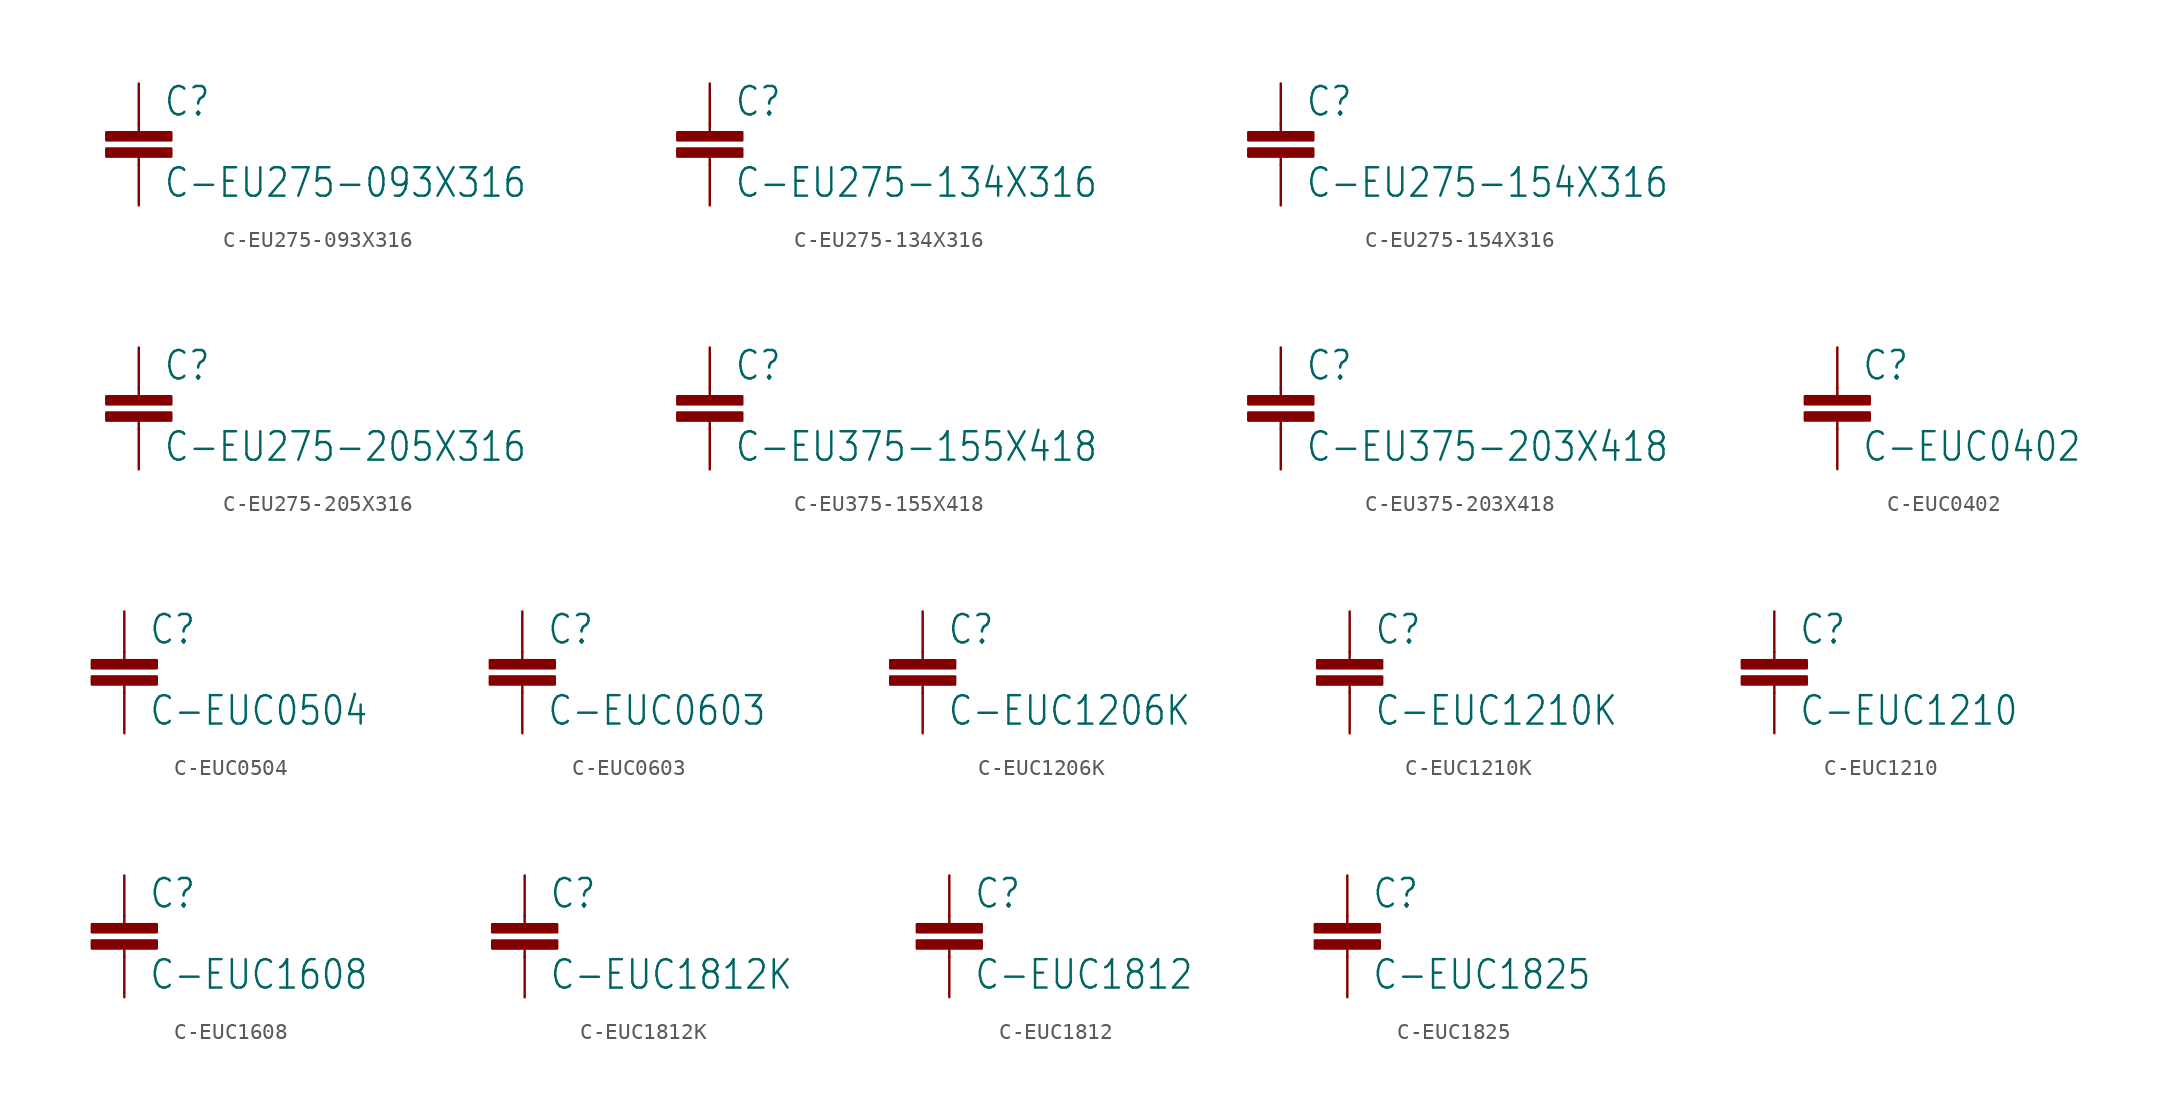
<source format=kicad_sym>
(kicad_symbol_lib
  (version 20211014)
  (generator kicad_symbol_editor)
  (symbol "C-EU275-093X316"
    (property "Reference" "C"
      (at 1.524 0.381 0)
      (effects (font (size 1.778 1.511)) (justify left bottom)))
    (property "Value" "C-EU275-093X316"
      (at 1.524 -4.699 0)
      (effects (font (size 1.778 1.511)) (justify left bottom)))
    (property "ki_locked" ""
      (at 0 0 0)
      (effects (font (size 1.27 1.27))))
    (symbol "C-EU275-093X316_1_0"
      (rectangle (start -2.032 -2.032) (end 2.032 -1.524) (stroke (width 0) (type default) (color 0 0 0 0)) (fill (type outline)))
      (rectangle (start -2.032 -1.016) (end 2.032 -0.508) (stroke (width 0) (type default) (color 0 0 0 0)) (fill (type outline)))
      (polyline (pts (xy 0 -2.54) (xy 0 -2.032)) (stroke (width 0.152) (type default) (color 0 0 0 0)) (fill (type none)))
      (polyline (pts (xy 0 0) (xy 0 -0.508)) (stroke (width 0.152) (type default) (color 0 0 0 0)) (fill (type none)))
      (pin passive line (at 0 2.54 270) (length 2.54) (name "1" (effects (font (size 0 0)))) (number "1" (effects (font (size 0 0)))))
      (pin passive line (at 0 -5.08 90) (length 2.54) (name "2" (effects (font (size 0 0)))) (number "2" (effects (font (size 0 0)))))))
  (symbol "C-EU275-134X316"
    (property "Reference" "C"
      (at 1.524 0.381 0)
      (effects (font (size 1.778 1.511)) (justify left bottom)))
    (property "Value" "C-EU275-134X316"
      (at 1.524 -4.699 0)
      (effects (font (size 1.778 1.511)) (justify left bottom)))
    (property "ki_locked" ""
      (at 0 0 0)
      (effects (font (size 1.27 1.27))))
    (symbol "C-EU275-134X316_1_0"
      (rectangle (start -2.032 -2.032) (end 2.032 -1.524) (stroke (width 0) (type default) (color 0 0 0 0)) (fill (type outline)))
      (rectangle (start -2.032 -1.016) (end 2.032 -0.508) (stroke (width 0) (type default) (color 0 0 0 0)) (fill (type outline)))
      (polyline (pts (xy 0 -2.54) (xy 0 -2.032)) (stroke (width 0.152) (type default) (color 0 0 0 0)) (fill (type none)))
      (polyline (pts (xy 0 0) (xy 0 -0.508)) (stroke (width 0.152) (type default) (color 0 0 0 0)) (fill (type none)))
      (pin passive line (at 0 2.54 270) (length 2.54) (name "1" (effects (font (size 0 0)))) (number "1" (effects (font (size 0 0)))))
      (pin passive line (at 0 -5.08 90) (length 2.54) (name "2" (effects (font (size 0 0)))) (number "2" (effects (font (size 0 0)))))))
  (symbol "C-EU275-154X316"
    (property "Reference" "C"
      (at 1.524 0.381 0)
      (effects (font (size 1.778 1.511)) (justify left bottom)))
    (property "Value" "C-EU275-154X316"
      (at 1.524 -4.699 0)
      (effects (font (size 1.778 1.511)) (justify left bottom)))
    (property "ki_locked" ""
      (at 0 0 0)
      (effects (font (size 1.27 1.27))))
    (symbol "C-EU275-154X316_1_0"
      (rectangle (start -2.032 -2.032) (end 2.032 -1.524) (stroke (width 0) (type default) (color 0 0 0 0)) (fill (type outline)))
      (rectangle (start -2.032 -1.016) (end 2.032 -0.508) (stroke (width 0) (type default) (color 0 0 0 0)) (fill (type outline)))
      (polyline (pts (xy 0 -2.54) (xy 0 -2.032)) (stroke (width 0.152) (type default) (color 0 0 0 0)) (fill (type none)))
      (polyline (pts (xy 0 0) (xy 0 -0.508)) (stroke (width 0.152) (type default) (color 0 0 0 0)) (fill (type none)))
      (pin passive line (at 0 2.54 270) (length 2.54) (name "1" (effects (font (size 0 0)))) (number "1" (effects (font (size 0 0)))))
      (pin passive line (at 0 -5.08 90) (length 2.54) (name "2" (effects (font (size 0 0)))) (number "2" (effects (font (size 0 0)))))))
  (symbol "C-EU275-205X316"
    (property "Reference" "C"
      (at 1.524 0.381 0)
      (effects (font (size 1.778 1.511)) (justify left bottom)))
    (property "Value" "C-EU275-205X316"
      (at 1.524 -4.699 0)
      (effects (font (size 1.778 1.511)) (justify left bottom)))
    (property "ki_locked" ""
      (at 0 0 0)
      (effects (font (size 1.27 1.27))))
    (symbol "C-EU275-205X316_1_0"
      (rectangle (start -2.032 -2.032) (end 2.032 -1.524) (stroke (width 0) (type default) (color 0 0 0 0)) (fill (type outline)))
      (rectangle (start -2.032 -1.016) (end 2.032 -0.508) (stroke (width 0) (type default) (color 0 0 0 0)) (fill (type outline)))
      (polyline (pts (xy 0 -2.54) (xy 0 -2.032)) (stroke (width 0.152) (type default) (color 0 0 0 0)) (fill (type none)))
      (polyline (pts (xy 0 0) (xy 0 -0.508)) (stroke (width 0.152) (type default) (color 0 0 0 0)) (fill (type none)))
      (pin passive line (at 0 2.54 270) (length 2.54) (name "1" (effects (font (size 0 0)))) (number "1" (effects (font (size 0 0)))))
      (pin passive line (at 0 -5.08 90) (length 2.54) (name "2" (effects (font (size 0 0)))) (number "2" (effects (font (size 0 0)))))))
  (symbol "C-EU375-155X418"
    (property "Reference" "C"
      (at 1.524 0.381 0)
      (effects (font (size 1.778 1.511)) (justify left bottom)))
    (property "Value" "C-EU375-155X418"
      (at 1.524 -4.699 0)
      (effects (font (size 1.778 1.511)) (justify left bottom)))
    (property "ki_locked" ""
      (at 0 0 0)
      (effects (font (size 1.27 1.27))))
    (symbol "C-EU375-155X418_1_0"
      (rectangle (start -2.032 -2.032) (end 2.032 -1.524) (stroke (width 0) (type default) (color 0 0 0 0)) (fill (type outline)))
      (rectangle (start -2.032 -1.016) (end 2.032 -0.508) (stroke (width 0) (type default) (color 0 0 0 0)) (fill (type outline)))
      (polyline (pts (xy 0 -2.54) (xy 0 -2.032)) (stroke (width 0.152) (type default) (color 0 0 0 0)) (fill (type none)))
      (polyline (pts (xy 0 0) (xy 0 -0.508)) (stroke (width 0.152) (type default) (color 0 0 0 0)) (fill (type none)))
      (pin passive line (at 0 2.54 270) (length 2.54) (name "1" (effects (font (size 0 0)))) (number "1" (effects (font (size 0 0)))))
      (pin passive line (at 0 -5.08 90) (length 2.54) (name "2" (effects (font (size 0 0)))) (number "2" (effects (font (size 0 0)))))))
  (symbol "C-EU375-203X418"
    (property "Reference" "C"
      (at 1.524 0.381 0)
      (effects (font (size 1.778 1.511)) (justify left bottom)))
    (property "Value" "C-EU375-203X418"
      (at 1.524 -4.699 0)
      (effects (font (size 1.778 1.511)) (justify left bottom)))
    (property "ki_locked" ""
      (at 0 0 0)
      (effects (font (size 1.27 1.27))))
    (symbol "C-EU375-203X418_1_0"
      (rectangle (start -2.032 -2.032) (end 2.032 -1.524) (stroke (width 0) (type default) (color 0 0 0 0)) (fill (type outline)))
      (rectangle (start -2.032 -1.016) (end 2.032 -0.508) (stroke (width 0) (type default) (color 0 0 0 0)) (fill (type outline)))
      (polyline (pts (xy 0 -2.54) (xy 0 -2.032)) (stroke (width 0.152) (type default) (color 0 0 0 0)) (fill (type none)))
      (polyline (pts (xy 0 0) (xy 0 -0.508)) (stroke (width 0.152) (type default) (color 0 0 0 0)) (fill (type none)))
      (pin passive line (at 0 2.54 270) (length 2.54) (name "1" (effects (font (size 0 0)))) (number "1" (effects (font (size 0 0)))))
      (pin passive line (at 0 -5.08 90) (length 2.54) (name "2" (effects (font (size 0 0)))) (number "2" (effects (font (size 0 0)))))))
  (symbol "C-EUC0402"
    (property "Reference" "C"
      (at 1.524 0.381 0)
      (effects (font (size 1.778 1.511)) (justify left bottom)))
    (property "Value" "C-EUC0402"
      (at 1.524 -4.699 0)
      (effects (font (size 1.778 1.511)) (justify left bottom)))
    (property "ki_locked" ""
      (at 0 0 0)
      (effects (font (size 1.27 1.27))))
    (symbol "C-EUC0402_1_0"
      (rectangle (start -2.032 -2.032) (end 2.032 -1.524) (stroke (width 0) (type default) (color 0 0 0 0)) (fill (type outline)))
      (rectangle (start -2.032 -1.016) (end 2.032 -0.508) (stroke (width 0) (type default) (color 0 0 0 0)) (fill (type outline)))
      (polyline (pts (xy 0 -2.54) (xy 0 -2.032)) (stroke (width 0.152) (type default) (color 0 0 0 0)) (fill (type none)))
      (polyline (pts (xy 0 0) (xy 0 -0.508)) (stroke (width 0.152) (type default) (color 0 0 0 0)) (fill (type none)))
      (pin passive line (at 0 2.54 270) (length 2.54) (name "1" (effects (font (size 0 0)))) (number "1" (effects (font (size 0 0)))))
      (pin passive line (at 0 -5.08 90) (length 2.54) (name "2" (effects (font (size 0 0)))) (number "2" (effects (font (size 0 0)))))))
  (symbol "C-EUC0504"
    (property "Reference" "C"
      (at 1.524 0.381 0)
      (effects (font (size 1.778 1.511)) (justify left bottom)))
    (property "Value" "C-EUC0504"
      (at 1.524 -4.699 0)
      (effects (font (size 1.778 1.511)) (justify left bottom)))
    (property "ki_locked" ""
      (at 0 0 0)
      (effects (font (size 1.27 1.27))))
    (symbol "C-EUC0504_1_0"
      (rectangle (start -2.032 -2.032) (end 2.032 -1.524) (stroke (width 0) (type default) (color 0 0 0 0)) (fill (type outline)))
      (rectangle (start -2.032 -1.016) (end 2.032 -0.508) (stroke (width 0) (type default) (color 0 0 0 0)) (fill (type outline)))
      (polyline (pts (xy 0 -2.54) (xy 0 -2.032)) (stroke (width 0.152) (type default) (color 0 0 0 0)) (fill (type none)))
      (polyline (pts (xy 0 0) (xy 0 -0.508)) (stroke (width 0.152) (type default) (color 0 0 0 0)) (fill (type none)))
      (pin passive line (at 0 2.54 270) (length 2.54) (name "1" (effects (font (size 0 0)))) (number "1" (effects (font (size 0 0)))))
      (pin passive line (at 0 -5.08 90) (length 2.54) (name "2" (effects (font (size 0 0)))) (number "2" (effects (font (size 0 0)))))))
  (symbol "C-EUC0603"
    (property "Reference" "C"
      (at 1.524 0.381 0)
      (effects (font (size 1.778 1.511)) (justify left bottom)))
    (property "Value" "C-EUC0603"
      (at 1.524 -4.699 0)
      (effects (font (size 1.778 1.511)) (justify left bottom)))
    (property "ki_locked" ""
      (at 0 0 0)
      (effects (font (size 1.27 1.27))))
    (symbol "C-EUC0603_1_0"
      (rectangle (start -2.032 -2.032) (end 2.032 -1.524) (stroke (width 0) (type default) (color 0 0 0 0)) (fill (type outline)))
      (rectangle (start -2.032 -1.016) (end 2.032 -0.508) (stroke (width 0) (type default) (color 0 0 0 0)) (fill (type outline)))
      (polyline (pts (xy 0 -2.54) (xy 0 -2.032)) (stroke (width 0.152) (type default) (color 0 0 0 0)) (fill (type none)))
      (polyline (pts (xy 0 0) (xy 0 -0.508)) (stroke (width 0.152) (type default) (color 0 0 0 0)) (fill (type none)))
      (pin passive line (at 0 2.54 270) (length 2.54) (name "1" (effects (font (size 0 0)))) (number "1" (effects (font (size 0 0)))))
      (pin passive line (at 0 -5.08 90) (length 2.54) (name "2" (effects (font (size 0 0)))) (number "2" (effects (font (size 0 0)))))))
  (symbol "C-EUC1206K"
    (property "Reference" "C"
      (at 1.524 0.381 0)
      (effects (font (size 1.778 1.511)) (justify left bottom)))
    (property "Value" "C-EUC1206K"
      (at 1.524 -4.699 0)
      (effects (font (size 1.778 1.511)) (justify left bottom)))
    (property "ki_locked" ""
      (at 0 0 0)
      (effects (font (size 1.27 1.27))))
    (symbol "C-EUC1206K_1_0"
      (rectangle (start -2.032 -2.032) (end 2.032 -1.524) (stroke (width 0) (type default) (color 0 0 0 0)) (fill (type outline)))
      (rectangle (start -2.032 -1.016) (end 2.032 -0.508) (stroke (width 0) (type default) (color 0 0 0 0)) (fill (type outline)))
      (polyline (pts (xy 0 -2.54) (xy 0 -2.032)) (stroke (width 0.152) (type default) (color 0 0 0 0)) (fill (type none)))
      (polyline (pts (xy 0 0) (xy 0 -0.508)) (stroke (width 0.152) (type default) (color 0 0 0 0)) (fill (type none)))
      (pin passive line (at 0 2.54 270) (length 2.54) (name "1" (effects (font (size 0 0)))) (number "1" (effects (font (size 0 0)))))
      (pin passive line (at 0 -5.08 90) (length 2.54) (name "2" (effects (font (size 0 0)))) (number "2" (effects (font (size 0 0)))))))
  (symbol "C-EUC1210K"
    (property "Reference" "C"
      (at 1.524 0.381 0)
      (effects (font (size 1.778 1.511)) (justify left bottom)))
    (property "Value" "C-EUC1210K"
      (at 1.524 -4.699 0)
      (effects (font (size 1.778 1.511)) (justify left bottom)))
    (property "ki_locked" ""
      (at 0 0 0)
      (effects (font (size 1.27 1.27))))
    (symbol "C-EUC1210K_1_0"
      (rectangle (start -2.032 -2.032) (end 2.032 -1.524) (stroke (width 0) (type default) (color 0 0 0 0)) (fill (type outline)))
      (rectangle (start -2.032 -1.016) (end 2.032 -0.508) (stroke (width 0) (type default) (color 0 0 0 0)) (fill (type outline)))
      (polyline (pts (xy 0 -2.54) (xy 0 -2.032)) (stroke (width 0.152) (type default) (color 0 0 0 0)) (fill (type none)))
      (polyline (pts (xy 0 0) (xy 0 -0.508)) (stroke (width 0.152) (type default) (color 0 0 0 0)) (fill (type none)))
      (pin passive line (at 0 2.54 270) (length 2.54) (name "1" (effects (font (size 0 0)))) (number "1" (effects (font (size 0 0)))))
      (pin passive line (at 0 -5.08 90) (length 2.54) (name "2" (effects (font (size 0 0)))) (number "2" (effects (font (size 0 0)))))))
  (symbol "C-EUC1210"
    (property "Reference" "C"
      (at 1.524 0.381 0)
      (effects (font (size 1.778 1.511)) (justify left bottom)))
    (property "Value" "C-EUC1210"
      (at 1.524 -4.699 0)
      (effects (font (size 1.778 1.511)) (justify left bottom)))
    (property "ki_locked" ""
      (at 0 0 0)
      (effects (font (size 1.27 1.27))))
    (symbol "C-EUC1210_1_0"
      (rectangle (start -2.032 -2.032) (end 2.032 -1.524) (stroke (width 0) (type default) (color 0 0 0 0)) (fill (type outline)))
      (rectangle (start -2.032 -1.016) (end 2.032 -0.508) (stroke (width 0) (type default) (color 0 0 0 0)) (fill (type outline)))
      (polyline (pts (xy 0 -2.54) (xy 0 -2.032)) (stroke (width 0.152) (type default) (color 0 0 0 0)) (fill (type none)))
      (polyline (pts (xy 0 0) (xy 0 -0.508)) (stroke (width 0.152) (type default) (color 0 0 0 0)) (fill (type none)))
      (pin passive line (at 0 2.54 270) (length 2.54) (name "1" (effects (font (size 0 0)))) (number "1" (effects (font (size 0 0)))))
      (pin passive line (at 0 -5.08 90) (length 2.54) (name "2" (effects (font (size 0 0)))) (number "2" (effects (font (size 0 0)))))))
  (symbol "C-EUC1608"
    (property "Reference" "C"
      (at 1.524 0.381 0)
      (effects (font (size 1.778 1.511)) (justify left bottom)))
    (property "Value" "C-EUC1608"
      (at 1.524 -4.699 0)
      (effects (font (size 1.778 1.511)) (justify left bottom)))
    (property "ki_locked" ""
      (at 0 0 0)
      (effects (font (size 1.27 1.27))))
    (symbol "C-EUC1608_1_0"
      (rectangle (start -2.032 -2.032) (end 2.032 -1.524) (stroke (width 0) (type default) (color 0 0 0 0)) (fill (type outline)))
      (rectangle (start -2.032 -1.016) (end 2.032 -0.508) (stroke (width 0) (type default) (color 0 0 0 0)) (fill (type outline)))
      (polyline (pts (xy 0 -2.54) (xy 0 -2.032)) (stroke (width 0.152) (type default) (color 0 0 0 0)) (fill (type none)))
      (polyline (pts (xy 0 0) (xy 0 -0.508)) (stroke (width 0.152) (type default) (color 0 0 0 0)) (fill (type none)))
      (pin passive line (at 0 2.54 270) (length 2.54) (name "1" (effects (font (size 0 0)))) (number "1" (effects (font (size 0 0)))))
      (pin passive line (at 0 -5.08 90) (length 2.54) (name "2" (effects (font (size 0 0)))) (number "2" (effects (font (size 0 0)))))))
  (symbol "C-EUC1812K"
    (property "Reference" "C"
      (at 1.524 0.381 0)
      (effects (font (size 1.778 1.511)) (justify left bottom)))
    (property "Value" "C-EUC1812K"
      (at 1.524 -4.699 0)
      (effects (font (size 1.778 1.511)) (justify left bottom)))
    (property "ki_locked" ""
      (at 0 0 0)
      (effects (font (size 1.27 1.27))))
    (symbol "C-EUC1812K_1_0"
      (rectangle (start -2.032 -2.032) (end 2.032 -1.524) (stroke (width 0) (type default) (color 0 0 0 0)) (fill (type outline)))
      (rectangle (start -2.032 -1.016) (end 2.032 -0.508) (stroke (width 0) (type default) (color 0 0 0 0)) (fill (type outline)))
      (polyline (pts (xy 0 -2.54) (xy 0 -2.032)) (stroke (width 0.152) (type default) (color 0 0 0 0)) (fill (type none)))
      (polyline (pts (xy 0 0) (xy 0 -0.508)) (stroke (width 0.152) (type default) (color 0 0 0 0)) (fill (type none)))
      (pin passive line (at 0 2.54 270) (length 2.54) (name "1" (effects (font (size 0 0)))) (number "1" (effects (font (size 0 0)))))
      (pin passive line (at 0 -5.08 90) (length 2.54) (name "2" (effects (font (size 0 0)))) (number "2" (effects (font (size 0 0)))))))
  (symbol "C-EUC1812"
    (property "Reference" "C"
      (at 1.524 0.381 0)
      (effects (font (size 1.778 1.511)) (justify left bottom)))
    (property "Value" "C-EUC1812"
      (at 1.524 -4.699 0)
      (effects (font (size 1.778 1.511)) (justify left bottom)))
    (property "ki_locked" ""
      (at 0 0 0)
      (effects (font (size 1.27 1.27))))
    (symbol "C-EUC1812_1_0"
      (rectangle (start -2.032 -2.032) (end 2.032 -1.524) (stroke (width 0) (type default) (color 0 0 0 0)) (fill (type outline)))
      (rectangle (start -2.032 -1.016) (end 2.032 -0.508) (stroke (width 0) (type default) (color 0 0 0 0)) (fill (type outline)))
      (polyline (pts (xy 0 -2.54) (xy 0 -2.032)) (stroke (width 0.152) (type default) (color 0 0 0 0)) (fill (type none)))
      (polyline (pts (xy 0 0) (xy 0 -0.508)) (stroke (width 0.152) (type default) (color 0 0 0 0)) (fill (type none)))
      (pin passive line (at 0 2.54 270) (length 2.54) (name "1" (effects (font (size 0 0)))) (number "1" (effects (font (size 0 0)))))
      (pin passive line (at 0 -5.08 90) (length 2.54) (name "2" (effects (font (size 0 0)))) (number "2" (effects (font (size 0 0)))))))
  (symbol "C-EUC1825"
    (property "Reference" "C"
      (at 1.524 0.381 0)
      (effects (font (size 1.778 1.511)) (justify left bottom)))
    (property "Value" "C-EUC1825"
      (at 1.524 -4.699 0)
      (effects (font (size 1.778 1.511)) (justify left bottom)))
    (property "ki_locked" ""
      (at 0 0 0)
      (effects (font (size 1.27 1.27))))
    (symbol "C-EUC1825_1_0"
      (rectangle (start -2.032 -2.032) (end 2.032 -1.524) (stroke (width 0) (type default) (color 0 0 0 0)) (fill (type outline)))
      (rectangle (start -2.032 -1.016) (end 2.032 -0.508) (stroke (width 0) (type default) (color 0 0 0 0)) (fill (type outline)))
      (polyline (pts (xy 0 -2.54) (xy 0 -2.032)) (stroke (width 0.152) (type default) (color 0 0 0 0)) (fill (type none)))
      (polyline (pts (xy 0 0) (xy 0 -0.508)) (stroke (width 0.152) (type default) (color 0 0 0 0)) (fill (type none)))
      (pin passive line (at 0 2.54 270) (length 2.54) (name "1" (effects (font (size 0 0)))) (number "1" (effects (font (size 0 0)))))
      (pin passive line (at 0 -5.08 90) (length 2.54) (name "2" (effects (font (size 0 0)))) (number "2" (effects (font (size 0 0))))))))
</source>
